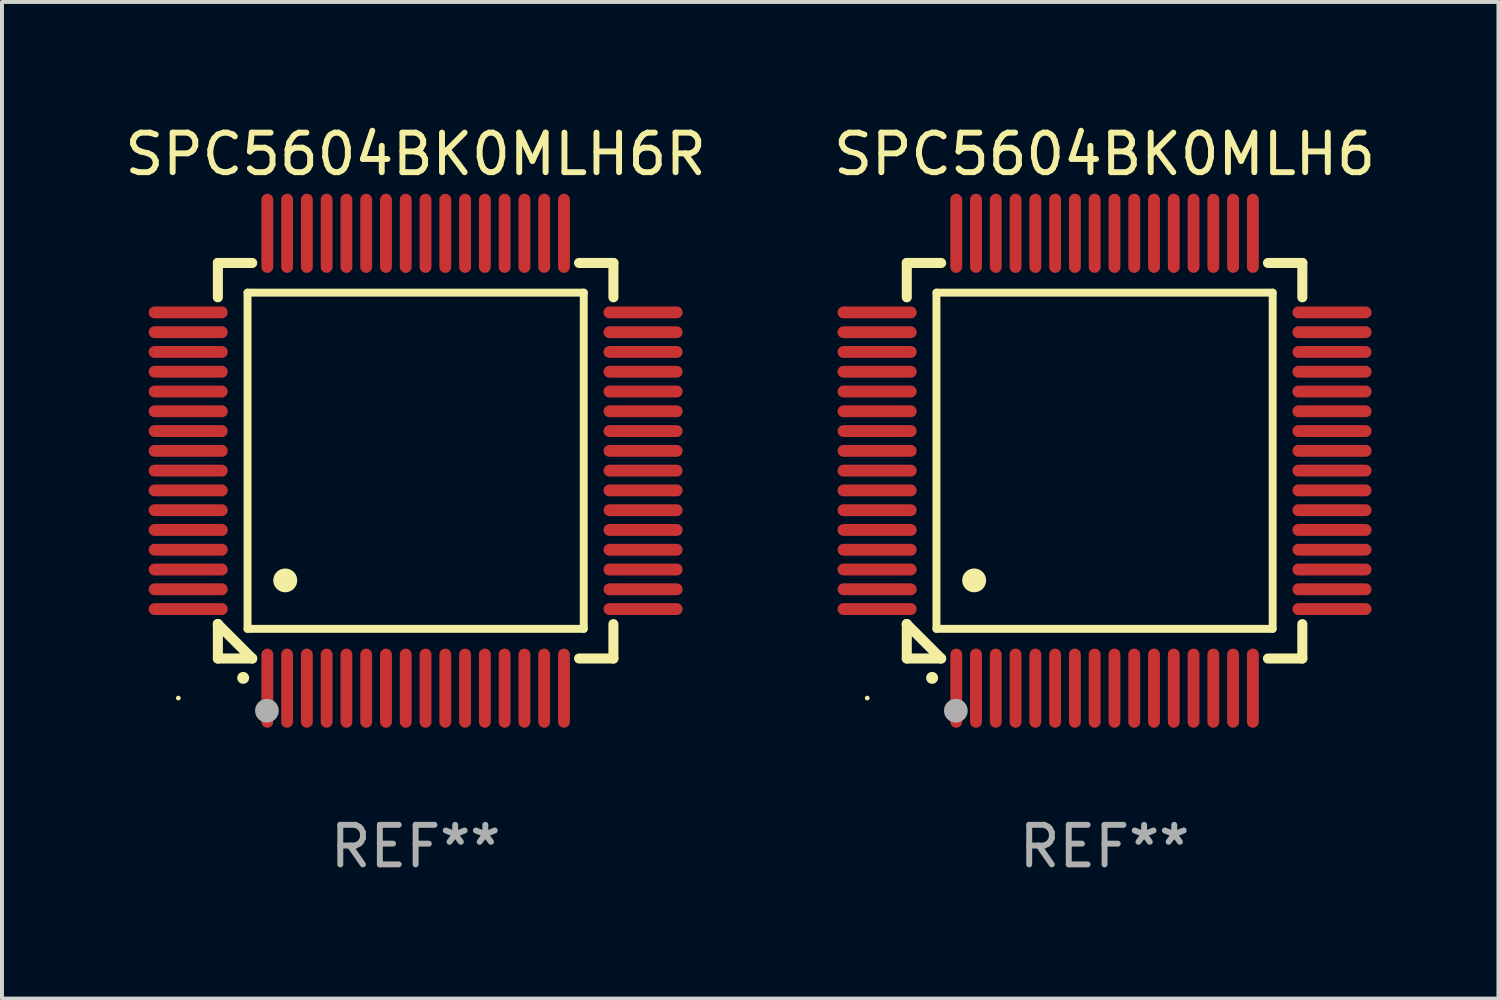
<source format=kicad_pcb>
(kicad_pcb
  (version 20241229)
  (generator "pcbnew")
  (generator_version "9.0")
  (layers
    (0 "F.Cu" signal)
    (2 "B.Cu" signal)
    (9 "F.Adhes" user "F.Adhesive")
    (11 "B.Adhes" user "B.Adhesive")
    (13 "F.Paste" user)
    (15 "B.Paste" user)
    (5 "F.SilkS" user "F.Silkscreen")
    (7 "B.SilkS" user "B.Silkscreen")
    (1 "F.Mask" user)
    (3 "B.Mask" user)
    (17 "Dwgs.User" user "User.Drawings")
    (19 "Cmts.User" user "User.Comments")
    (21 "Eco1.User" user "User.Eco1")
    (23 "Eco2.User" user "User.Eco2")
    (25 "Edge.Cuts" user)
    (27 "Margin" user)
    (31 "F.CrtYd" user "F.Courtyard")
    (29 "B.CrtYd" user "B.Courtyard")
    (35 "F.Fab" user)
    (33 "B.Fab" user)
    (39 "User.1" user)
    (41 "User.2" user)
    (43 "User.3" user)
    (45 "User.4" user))
  (footprint "SPC5604BK0MLH6"
    (layer "F.Cu")
    (at 24.875 8.598)
    (property "Reference" "SPC5604BK0MLH6" (at 0 -7.75 0) (layer "F.SilkS") (effects (font (size 1 1) (thickness 0.15))))
    (attr through_hole)
    (fp_line (start -5 -5) (end -4.131 -5) (stroke (width 0.254) (type solid)) (layer "F.SilkS"))
    (fp_line (start -5 -4.131) (end -5 -5) (stroke (width 0.254) (type solid)) (layer "F.SilkS"))
    (fp_line (start -5 4.131) (end -5 4.131) (stroke (width 0.254) (type solid)) (layer "F.SilkS"))
    (fp_line (start -5 5) (end -5 4.131) (stroke (width 0.254) (type solid)) (layer "F.SilkS"))
    (fp_line (start -5 4.131) (end -4.131 5) (stroke (width 0.254) (type solid)) (layer "F.SilkS"))
    (fp_line (start -4.25 -4.25) (end -4.25 4.25) (stroke (width 0.2) (type solid)) (layer "F.SilkS"))
    (fp_line (start -4.25 4.25) (end 4.25 4.25) (stroke (width 0.2) (type solid)) (layer "F.SilkS"))
    (fp_line (start -4.131 5) (end -5 5) (stroke (width 0.254) (type solid)) (layer "F.SilkS"))
    (fp_line (start 4.25 -4.25) (end -4.25 -4.25) (stroke (width 0.2) (type solid)) (layer "F.SilkS"))
    (fp_line (start 4.25 4.25) (end 4.25 -4.25) (stroke (width 0.2) (type solid)) (layer "F.SilkS"))
    (fp_line (start 5 -5) (end 4.131 -5) (stroke (width 0.254) (type solid)) (layer "F.SilkS"))
    (fp_line (start 5 -5) (end 5 -4.131) (stroke (width 0.254) (type solid)) (layer "F.SilkS"))
    (fp_line (start 5 4.131) (end 5 5) (stroke (width 0.254) (type solid)) (layer "F.SilkS"))
    (fp_line (start 5 5) (end 4.131 5) (stroke (width 0.254) (type solid)) (layer "F.SilkS"))
    (fp_arc (start -4.361265 5.489992) (mid -4.359995 5.489987) (end -4.358725 5.489992) (stroke (width 0.3) (type solid)) (layer "F.SilkS"))
    (fp_arc (start -3.299467 3.025146) (mid -3.296927 3.025135) (end -3.294387 3.025146) (stroke (width 0.6) (type solid)) (layer "F.SilkS"))
    (fp_circle (center -6 6) (end -5.97 6) (stroke (width 0.06) (type solid)) (fill no) (layer "F.SilkS"))
    (fp_circle (center -3.76 6.32) (end -3.61 6.32) (stroke (width 0.3) (type solid)) (fill no) (layer "F.Fab"))
    (fp_text user "REF**" (at 0 9.75 0) (layer "F.Fab") (effects (font (size 1 1) (thickness 0.15))))
    (pad "1" smd oval (at -3.75 5.75) (size 0.3 2) (layers "F.Cu" "F.Mask" "F.Paste"))
    (pad "2" smd oval (at -3.25 5.75) (size 0.3 2) (layers "F.Cu" "F.Mask" "F.Paste"))
    (pad "3" smd oval (at -2.75 5.75) (size 0.3 2) (layers "F.Cu" "F.Mask" "F.Paste"))
    (pad "4" smd oval (at -2.25 5.75) (size 0.3 2) (layers "F.Cu" "F.Mask" "F.Paste"))
    (pad "5" smd oval (at -1.75 5.75) (size 0.3 2) (layers "F.Cu" "F.Mask" "F.Paste"))
    (pad "6" smd oval (at -1.25 5.75) (size 0.3 2) (layers "F.Cu" "F.Mask" "F.Paste"))
    (pad "7" smd oval (at -0.75 5.75) (size 0.3 2) (layers "F.Cu" "F.Mask" "F.Paste"))
    (pad "8" smd oval (at -0.25 5.75) (size 0.3 2) (layers "F.Cu" "F.Mask" "F.Paste"))
    (pad "9" smd oval (at 0.25 5.75) (size 0.3 2) (layers "F.Cu" "F.Mask" "F.Paste"))
    (pad "10" smd oval (at 0.75 5.75) (size 0.3 2) (layers "F.Cu" "F.Mask" "F.Paste"))
    (pad "11" smd oval (at 1.25 5.75) (size 0.3 2) (layers "F.Cu" "F.Mask" "F.Paste"))
    (pad "12" smd oval (at 1.75 5.75) (size 0.3 2) (layers "F.Cu" "F.Mask" "F.Paste"))
    (pad "13" smd oval (at 2.25 5.75) (size 0.3 2) (layers "F.Cu" "F.Mask" "F.Paste"))
    (pad "14" smd oval (at 2.75 5.75) (size 0.3 2) (layers "F.Cu" "F.Mask" "F.Paste"))
    (pad "15" smd oval (at 3.25 5.75) (size 0.3 2) (layers "F.Cu" "F.Mask" "F.Paste"))
    (pad "16" smd oval (at 3.75 5.75) (size 0.3 2) (layers "F.Cu" "F.Mask" "F.Paste"))
    (pad "17" smd oval (at 5.75 3.75) (size 2 0.3) (layers "F.Cu" "F.Mask" "F.Paste"))
    (pad "18" smd oval (at 5.75 3.25) (size 2 0.3) (layers "F.Cu" "F.Mask" "F.Paste"))
    (pad "19" smd oval (at 5.75 2.75) (size 2 0.3) (layers "F.Cu" "F.Mask" "F.Paste"))
    (pad "20" smd oval (at 5.75 2.25) (size 2 0.3) (layers "F.Cu" "F.Mask" "F.Paste"))
    (pad "21" smd oval (at 5.75 1.75) (size 2 0.3) (layers "F.Cu" "F.Mask" "F.Paste"))
    (pad "22" smd oval (at 5.75 1.25) (size 2 0.3) (layers "F.Cu" "F.Mask" "F.Paste"))
    (pad "23" smd oval (at 5.75 0.75) (size 2 0.3) (layers "F.Cu" "F.Mask" "F.Paste"))
    (pad "24" smd oval (at 5.75 0.25) (size 2 0.3) (layers "F.Cu" "F.Mask" "F.Paste"))
    (pad "25" smd oval (at 5.75 -0.25) (size 2 0.3) (layers "F.Cu" "F.Mask" "F.Paste"))
    (pad "26" smd oval (at 5.75 -0.75) (size 2 0.3) (layers "F.Cu" "F.Mask" "F.Paste"))
    (pad "27" smd oval (at 5.75 -1.25) (size 2 0.3) (layers "F.Cu" "F.Mask" "F.Paste"))
    (pad "28" smd oval (at 5.75 -1.75) (size 2 0.3) (layers "F.Cu" "F.Mask" "F.Paste"))
    (pad "29" smd oval (at 5.75 -2.25) (size 2 0.3) (layers "F.Cu" "F.Mask" "F.Paste"))
    (pad "30" smd oval (at 5.75 -2.75) (size 2 0.3) (layers "F.Cu" "F.Mask" "F.Paste"))
    (pad "31" smd oval (at 5.75 -3.25) (size 2 0.3) (layers "F.Cu" "F.Mask" "F.Paste"))
    (pad "32" smd oval (at 5.75 -3.75) (size 2 0.3) (layers "F.Cu" "F.Mask" "F.Paste"))
    (pad "33" smd oval (at 3.75 -5.75) (size 0.3 2) (layers "F.Cu" "F.Mask" "F.Paste"))
    (pad "34" smd oval (at 3.25 -5.75) (size 0.3 2) (layers "F.Cu" "F.Mask" "F.Paste"))
    (pad "35" smd oval (at 2.75 -5.75) (size 0.3 2) (layers "F.Cu" "F.Mask" "F.Paste"))
    (pad "36" smd oval (at 2.25 -5.75) (size 0.3 2) (layers "F.Cu" "F.Mask" "F.Paste"))
    (pad "37" smd oval (at 1.75 -5.75) (size 0.3 2) (layers "F.Cu" "F.Mask" "F.Paste"))
    (pad "38" smd oval (at 1.25 -5.75) (size 0.3 2) (layers "F.Cu" "F.Mask" "F.Paste"))
    (pad "39" smd oval (at 0.75 -5.75) (size 0.3 2) (layers "F.Cu" "F.Mask" "F.Paste"))
    (pad "40" smd oval (at 0.25 -5.75) (size 0.3 2) (layers "F.Cu" "F.Mask" "F.Paste"))
    (pad "41" smd oval (at -0.25 -5.75) (size 0.3 2) (layers "F.Cu" "F.Mask" "F.Paste"))
    (pad "42" smd oval (at -0.75 -5.75) (size 0.3 2) (layers "F.Cu" "F.Mask" "F.Paste"))
    (pad "43" smd oval (at -1.25 -5.75) (size 0.3 2) (layers "F.Cu" "F.Mask" "F.Paste"))
    (pad "44" smd oval (at -1.75 -5.75) (size 0.3 2) (layers "F.Cu" "F.Mask" "F.Paste"))
    (pad "45" smd oval (at -2.25 -5.75) (size 0.3 2) (layers "F.Cu" "F.Mask" "F.Paste"))
    (pad "46" smd oval (at -2.75 -5.75) (size 0.3 2) (layers "F.Cu" "F.Mask" "F.Paste"))
    (pad "47" smd oval (at -3.25 -5.75) (size 0.3 2) (layers "F.Cu" "F.Mask" "F.Paste"))
    (pad "48" smd oval (at -3.75 -5.75) (size 0.3 2) (layers "F.Cu" "F.Mask" "F.Paste"))
    (pad "49" smd oval (at -5.75 -3.75) (size 2 0.3) (layers "F.Cu" "F.Mask" "F.Paste"))
    (pad "50" smd oval (at -5.75 -3.25) (size 2 0.3) (layers "F.Cu" "F.Mask" "F.Paste"))
    (pad "51" smd oval (at -5.75 -2.75) (size 2 0.3) (layers "F.Cu" "F.Mask" "F.Paste"))
    (pad "52" smd oval (at -5.75 -2.25) (size 2 0.3) (layers "F.Cu" "F.Mask" "F.Paste"))
    (pad "53" smd oval (at -5.75 -1.75) (size 2 0.3) (layers "F.Cu" "F.Mask" "F.Paste"))
    (pad "54" smd oval (at -5.75 -1.25) (size 2 0.3) (layers "F.Cu" "F.Mask" "F.Paste"))
    (pad "55" smd oval (at -5.75 -0.75) (size 2 0.3) (layers "F.Cu" "F.Mask" "F.Paste"))
    (pad "56" smd oval (at -5.75 -0.25) (size 2 0.3) (layers "F.Cu" "F.Mask" "F.Paste"))
    (pad "57" smd oval (at -5.75 0.25) (size 2 0.3) (layers "F.Cu" "F.Mask" "F.Paste"))
    (pad "58" smd oval (at -5.75 0.75) (size 2 0.3) (layers "F.Cu" "F.Mask" "F.Paste"))
    (pad "59" smd oval (at -5.75 1.25) (size 2 0.3) (layers "F.Cu" "F.Mask" "F.Paste"))
    (pad "60" smd oval (at -5.75 1.75) (size 2 0.3) (layers "F.Cu" "F.Mask" "F.Paste"))
    (pad "61" smd oval (at -5.75 2.25) (size 2 0.3) (layers "F.Cu" "F.Mask" "F.Paste"))
    (pad "62" smd oval (at -5.75 2.75) (size 2 0.3) (layers "F.Cu" "F.Mask" "F.Paste"))
    (pad "63" smd oval (at -5.75 3.25) (size 2 0.3) (layers "F.Cu" "F.Mask" "F.Paste"))
    (pad "64" smd oval (at -5.75 3.75) (size 2 0.3) (layers "F.Cu" "F.Mask" "F.Paste")))
  (footprint "SPC5604BK0MLH6R"
    (layer "F.Cu")
    (at 7.458 8.598)
    (property "Reference" "SPC5604BK0MLH6R" (at 0 -7.75 0) (layer "F.SilkS") (effects (font (size 1 1) (thickness 0.15))))
    (attr through_hole)
    (fp_line (start -5 -5) (end -4.131 -5) (stroke (width 0.254) (type solid)) (layer "F.SilkS"))
    (fp_line (start -5 -4.131) (end -5 -5) (stroke (width 0.254) (type solid)) (layer "F.SilkS"))
    (fp_line (start -5 4.131) (end -5 4.131) (stroke (width 0.254) (type solid)) (layer "F.SilkS"))
    (fp_line (start -5 5) (end -5 4.131) (stroke (width 0.254) (type solid)) (layer "F.SilkS"))
    (fp_line (start -5 4.131) (end -4.131 5) (stroke (width 0.254) (type solid)) (layer "F.SilkS"))
    (fp_line (start -4.25 -4.25) (end -4.25 4.25) (stroke (width 0.2) (type solid)) (layer "F.SilkS"))
    (fp_line (start -4.25 4.25) (end 4.25 4.25) (stroke (width 0.2) (type solid)) (layer "F.SilkS"))
    (fp_line (start -4.131 5) (end -5 5) (stroke (width 0.254) (type solid)) (layer "F.SilkS"))
    (fp_line (start 4.25 -4.25) (end -4.25 -4.25) (stroke (width 0.2) (type solid)) (layer "F.SilkS"))
    (fp_line (start 4.25 4.25) (end 4.25 -4.25) (stroke (width 0.2) (type solid)) (layer "F.SilkS"))
    (fp_line (start 5 -5) (end 4.131 -5) (stroke (width 0.254) (type solid)) (layer "F.SilkS"))
    (fp_line (start 5 -5) (end 5 -4.131) (stroke (width 0.254) (type solid)) (layer "F.SilkS"))
    (fp_line (start 5 4.131) (end 5 5) (stroke (width 0.254) (type solid)) (layer "F.SilkS"))
    (fp_line (start 5 5) (end 4.131 5) (stroke (width 0.254) (type solid)) (layer "F.SilkS"))
    (fp_arc (start -4.361265 5.489992) (mid -4.359995 5.489987) (end -4.358725 5.489992) (stroke (width 0.3) (type solid)) (layer "F.SilkS"))
    (fp_arc (start -3.299467 3.025146) (mid -3.296927 3.025135) (end -3.294387 3.025146) (stroke (width 0.6) (type solid)) (layer "F.SilkS"))
    (fp_circle (center -6 6) (end -5.97 6) (stroke (width 0.06) (type solid)) (fill no) (layer "F.SilkS"))
    (fp_circle (center -3.76 6.32) (end -3.61 6.32) (stroke (width 0.3) (type solid)) (fill no) (layer "F.Fab"))
    (fp_text user "REF**" (at 0 9.75 0) (layer "F.Fab") (effects (font (size 1 1) (thickness 0.15))))
    (pad "1" smd oval (at -3.75 5.75) (size 0.3 2) (layers "F.Cu" "F.Mask" "F.Paste"))
    (pad "2" smd oval (at -3.25 5.75) (size 0.3 2) (layers "F.Cu" "F.Mask" "F.Paste"))
    (pad "3" smd oval (at -2.75 5.75) (size 0.3 2) (layers "F.Cu" "F.Mask" "F.Paste"))
    (pad "4" smd oval (at -2.25 5.75) (size 0.3 2) (layers "F.Cu" "F.Mask" "F.Paste"))
    (pad "5" smd oval (at -1.75 5.75) (size 0.3 2) (layers "F.Cu" "F.Mask" "F.Paste"))
    (pad "6" smd oval (at -1.25 5.75) (size 0.3 2) (layers "F.Cu" "F.Mask" "F.Paste"))
    (pad "7" smd oval (at -0.75 5.75) (size 0.3 2) (layers "F.Cu" "F.Mask" "F.Paste"))
    (pad "8" smd oval (at -0.25 5.75) (size 0.3 2) (layers "F.Cu" "F.Mask" "F.Paste"))
    (pad "9" smd oval (at 0.25 5.75) (size 0.3 2) (layers "F.Cu" "F.Mask" "F.Paste"))
    (pad "10" smd oval (at 0.75 5.75) (size 0.3 2) (layers "F.Cu" "F.Mask" "F.Paste"))
    (pad "11" smd oval (at 1.25 5.75) (size 0.3 2) (layers "F.Cu" "F.Mask" "F.Paste"))
    (pad "12" smd oval (at 1.75 5.75) (size 0.3 2) (layers "F.Cu" "F.Mask" "F.Paste"))
    (pad "13" smd oval (at 2.25 5.75) (size 0.3 2) (layers "F.Cu" "F.Mask" "F.Paste"))
    (pad "14" smd oval (at 2.75 5.75) (size 0.3 2) (layers "F.Cu" "F.Mask" "F.Paste"))
    (pad "15" smd oval (at 3.25 5.75) (size 0.3 2) (layers "F.Cu" "F.Mask" "F.Paste"))
    (pad "16" smd oval (at 3.75 5.75) (size 0.3 2) (layers "F.Cu" "F.Mask" "F.Paste"))
    (pad "17" smd oval (at 5.75 3.75) (size 2 0.3) (layers "F.Cu" "F.Mask" "F.Paste"))
    (pad "18" smd oval (at 5.75 3.25) (size 2 0.3) (layers "F.Cu" "F.Mask" "F.Paste"))
    (pad "19" smd oval (at 5.75 2.75) (size 2 0.3) (layers "F.Cu" "F.Mask" "F.Paste"))
    (pad "20" smd oval (at 5.75 2.25) (size 2 0.3) (layers "F.Cu" "F.Mask" "F.Paste"))
    (pad "21" smd oval (at 5.75 1.75) (size 2 0.3) (layers "F.Cu" "F.Mask" "F.Paste"))
    (pad "22" smd oval (at 5.75 1.25) (size 2 0.3) (layers "F.Cu" "F.Mask" "F.Paste"))
    (pad "23" smd oval (at 5.75 0.75) (size 2 0.3) (layers "F.Cu" "F.Mask" "F.Paste"))
    (pad "24" smd oval (at 5.75 0.25) (size 2 0.3) (layers "F.Cu" "F.Mask" "F.Paste"))
    (pad "25" smd oval (at 5.75 -0.25) (size 2 0.3) (layers "F.Cu" "F.Mask" "F.Paste"))
    (pad "26" smd oval (at 5.75 -0.75) (size 2 0.3) (layers "F.Cu" "F.Mask" "F.Paste"))
    (pad "27" smd oval (at 5.75 -1.25) (size 2 0.3) (layers "F.Cu" "F.Mask" "F.Paste"))
    (pad "28" smd oval (at 5.75 -1.75) (size 2 0.3) (layers "F.Cu" "F.Mask" "F.Paste"))
    (pad "29" smd oval (at 5.75 -2.25) (size 2 0.3) (layers "F.Cu" "F.Mask" "F.Paste"))
    (pad "30" smd oval (at 5.75 -2.75) (size 2 0.3) (layers "F.Cu" "F.Mask" "F.Paste"))
    (pad "31" smd oval (at 5.75 -3.25) (size 2 0.3) (layers "F.Cu" "F.Mask" "F.Paste"))
    (pad "32" smd oval (at 5.75 -3.75) (size 2 0.3) (layers "F.Cu" "F.Mask" "F.Paste"))
    (pad "33" smd oval (at 3.75 -5.75) (size 0.3 2) (layers "F.Cu" "F.Mask" "F.Paste"))
    (pad "34" smd oval (at 3.25 -5.75) (size 0.3 2) (layers "F.Cu" "F.Mask" "F.Paste"))
    (pad "35" smd oval (at 2.75 -5.75) (size 0.3 2) (layers "F.Cu" "F.Mask" "F.Paste"))
    (pad "36" smd oval (at 2.25 -5.75) (size 0.3 2) (layers "F.Cu" "F.Mask" "F.Paste"))
    (pad "37" smd oval (at 1.75 -5.75) (size 0.3 2) (layers "F.Cu" "F.Mask" "F.Paste"))
    (pad "38" smd oval (at 1.25 -5.75) (size 0.3 2) (layers "F.Cu" "F.Mask" "F.Paste"))
    (pad "39" smd oval (at 0.75 -5.75) (size 0.3 2) (layers "F.Cu" "F.Mask" "F.Paste"))
    (pad "40" smd oval (at 0.25 -5.75) (size 0.3 2) (layers "F.Cu" "F.Mask" "F.Paste"))
    (pad "41" smd oval (at -0.25 -5.75) (size 0.3 2) (layers "F.Cu" "F.Mask" "F.Paste"))
    (pad "42" smd oval (at -0.75 -5.75) (size 0.3 2) (layers "F.Cu" "F.Mask" "F.Paste"))
    (pad "43" smd oval (at -1.25 -5.75) (size 0.3 2) (layers "F.Cu" "F.Mask" "F.Paste"))
    (pad "44" smd oval (at -1.75 -5.75) (size 0.3 2) (layers "F.Cu" "F.Mask" "F.Paste"))
    (pad "45" smd oval (at -2.25 -5.75) (size 0.3 2) (layers "F.Cu" "F.Mask" "F.Paste"))
    (pad "46" smd oval (at -2.75 -5.75) (size 0.3 2) (layers "F.Cu" "F.Mask" "F.Paste"))
    (pad "47" smd oval (at -3.25 -5.75) (size 0.3 2) (layers "F.Cu" "F.Mask" "F.Paste"))
    (pad "48" smd oval (at -3.75 -5.75) (size 0.3 2) (layers "F.Cu" "F.Mask" "F.Paste"))
    (pad "49" smd oval (at -5.75 -3.75) (size 2 0.3) (layers "F.Cu" "F.Mask" "F.Paste"))
    (pad "50" smd oval (at -5.75 -3.25) (size 2 0.3) (layers "F.Cu" "F.Mask" "F.Paste"))
    (pad "51" smd oval (at -5.75 -2.75) (size 2 0.3) (layers "F.Cu" "F.Mask" "F.Paste"))
    (pad "52" smd oval (at -5.75 -2.25) (size 2 0.3) (layers "F.Cu" "F.Mask" "F.Paste"))
    (pad "53" smd oval (at -5.75 -1.75) (size 2 0.3) (layers "F.Cu" "F.Mask" "F.Paste"))
    (pad "54" smd oval (at -5.75 -1.25) (size 2 0.3) (layers "F.Cu" "F.Mask" "F.Paste"))
    (pad "55" smd oval (at -5.75 -0.75) (size 2 0.3) (layers "F.Cu" "F.Mask" "F.Paste"))
    (pad "56" smd oval (at -5.75 -0.25) (size 2 0.3) (layers "F.Cu" "F.Mask" "F.Paste"))
    (pad "57" smd oval (at -5.75 0.25) (size 2 0.3) (layers "F.Cu" "F.Mask" "F.Paste"))
    (pad "58" smd oval (at -5.75 0.75) (size 2 0.3) (layers "F.Cu" "F.Mask" "F.Paste"))
    (pad "59" smd oval (at -5.75 1.25) (size 2 0.3) (layers "F.Cu" "F.Mask" "F.Paste"))
    (pad "60" smd oval (at -5.75 1.75) (size 2 0.3) (layers "F.Cu" "F.Mask" "F.Paste"))
    (pad "61" smd oval (at -5.75 2.25) (size 2 0.3) (layers "F.Cu" "F.Mask" "F.Paste"))
    (pad "62" smd oval (at -5.75 2.75) (size 2 0.3) (layers "F.Cu" "F.Mask" "F.Paste"))
    (pad "63" smd oval (at -5.75 3.25) (size 2 0.3) (layers "F.Cu" "F.Mask" "F.Paste"))
    (pad "64" smd oval (at -5.75 3.75) (size 2 0.3) (layers "F.Cu" "F.Mask" "F.Paste")))
  (gr_rect
    (start -3 -3)
    (end 34.833 22.196)
    (stroke (width 0.1) (type default))
    (fill no)
    (layer "Edge.Cuts")))
</source>
